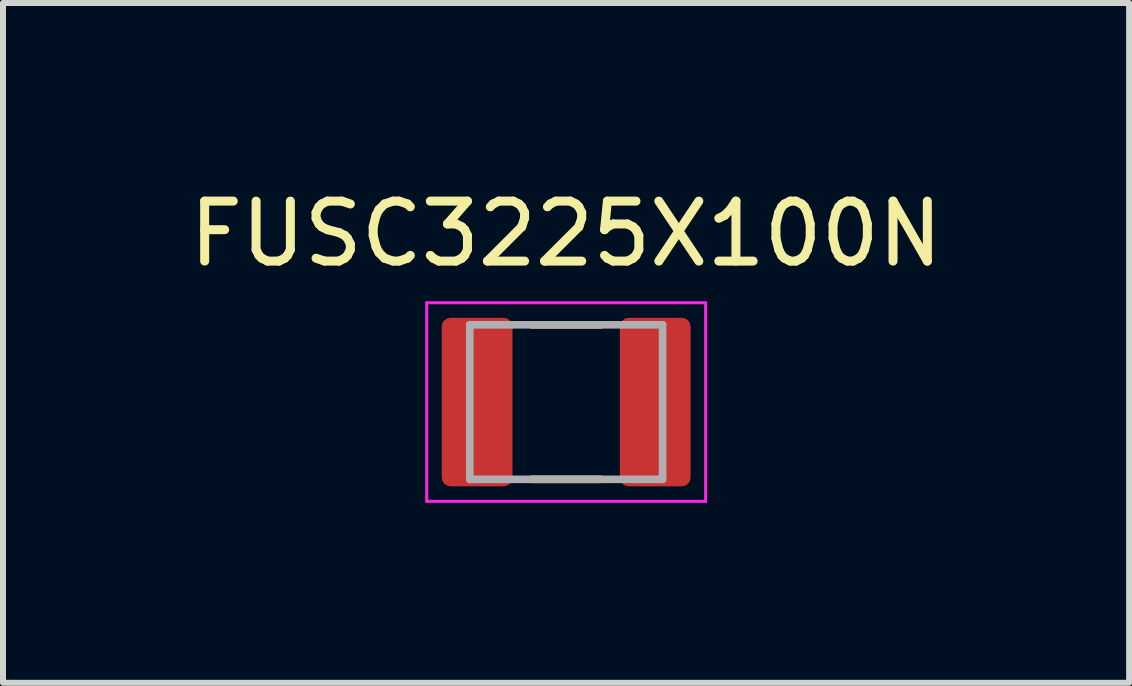
<source format=kicad_pcb>
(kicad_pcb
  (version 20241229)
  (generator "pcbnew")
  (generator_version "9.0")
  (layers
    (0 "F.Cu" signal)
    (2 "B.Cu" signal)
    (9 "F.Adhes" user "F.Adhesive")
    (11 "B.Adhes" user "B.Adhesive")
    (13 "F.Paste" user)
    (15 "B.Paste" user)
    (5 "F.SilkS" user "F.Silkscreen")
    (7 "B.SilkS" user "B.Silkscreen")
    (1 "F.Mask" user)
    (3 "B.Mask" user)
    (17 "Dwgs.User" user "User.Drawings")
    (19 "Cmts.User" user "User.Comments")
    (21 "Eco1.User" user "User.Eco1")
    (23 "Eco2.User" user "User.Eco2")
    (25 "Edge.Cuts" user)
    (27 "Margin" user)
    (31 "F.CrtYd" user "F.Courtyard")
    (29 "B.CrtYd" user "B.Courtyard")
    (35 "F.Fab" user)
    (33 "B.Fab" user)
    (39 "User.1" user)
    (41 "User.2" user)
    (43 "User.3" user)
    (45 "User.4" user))
  (footprint "FUSC3225X100N"
    (layer "F.Cu")
    (at 6.389 3.653)
    (property "Reference" "FUSC3225X100N" (at -0.003 -2.805 0) (layer "F.SilkS") (effects (font (size 1 1) (thickness 0.15))))
    (attr smd)
    (fp_line (start -0.575 -1.288) (end 0.575 -1.288) (stroke (width 0.127) (type solid)) (layer "F.SilkS"))
    (fp_line (start -0.575 1.288) (end 0.575 1.288) (stroke (width 0.127) (type solid)) (layer "F.SilkS"))
    (fp_line (start -2.325 -1.655) (end -2.325 1.655) (stroke (width 0.05) (type solid)) (layer "F.CrtYd"))
    (fp_line (start -2.325 1.655) (end 2.325 1.655) (stroke (width 0.05) (type solid)) (layer "F.CrtYd"))
    (fp_line (start 2.325 -1.655) (end -2.325 -1.655) (stroke (width 0.05) (type solid)) (layer "F.CrtYd"))
    (fp_line (start 2.325 1.655) (end 2.325 -1.655) (stroke (width 0.05) (type solid)) (layer "F.CrtYd"))
    (fp_line (start -1.607 -1.288) (end 1.607 -1.288) (stroke (width 0.127) (type solid)) (layer "F.Fab"))
    (fp_line (start -1.607 1.288) (end -1.607 -1.288) (stroke (width 0.127) (type solid)) (layer "F.Fab"))
    (fp_line (start 1.607 -1.288) (end 1.607 1.288) (stroke (width 0.127) (type solid)) (layer "F.Fab"))
    (fp_line (start 1.607 1.288) (end -1.607 1.288) (stroke (width 0.127) (type solid)) (layer "F.Fab"))
    (pad "1" smd roundrect (at -1.485 0) (size 1.18 2.81) (layers "F.Cu" "F.Mask" "F.Paste") (roundrect_rratio 0.125))
    (pad "2" smd roundrect (at 1.485 0) (size 1.18 2.81) (layers "F.Cu" "F.Mask" "F.Paste") (roundrect_rratio 0.125)))
  (gr_rect
    (start -3 -3)
    (end 15.774 8.333)
    (stroke (width 0.1) (type default))
    (fill no)
    (layer "Edge.Cuts")))
</source>
